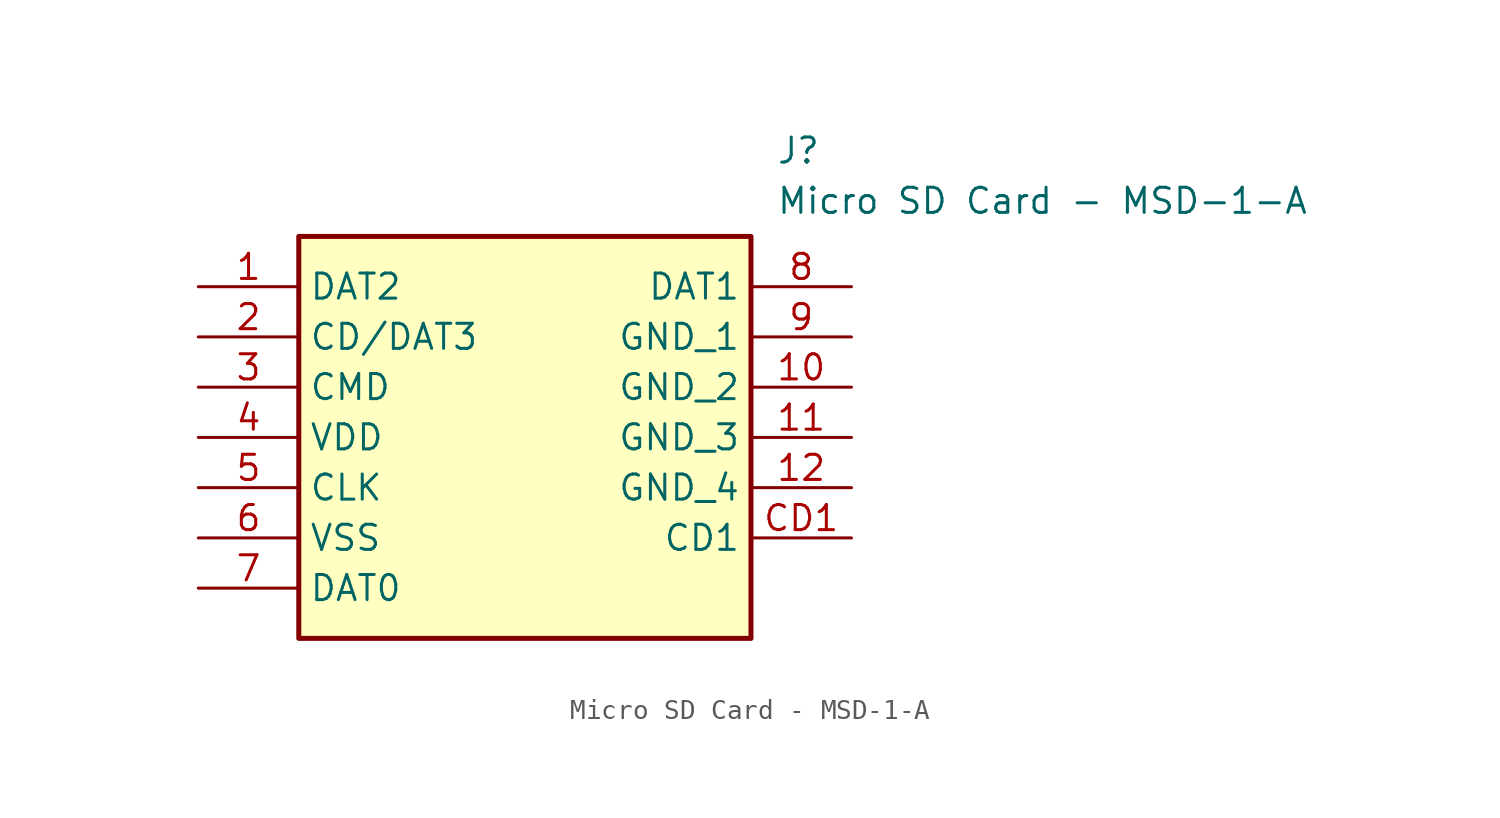
<source format=kicad_sym>
(kicad_symbol_lib
  (version 20241209)
  (generator "kicad_symbol_editor")
  (generator_version "9.0")
  (symbol "Micro SD Card - MSD-1-A"
    (property "Reference" "J"
      (at 29.21 7.62 0)
      (effects (font (size 1.27 1.27)) (justify left top)))
    (property "Value" "Micro SD Card - MSD-1-A"
      (at 29.21 5.08 0)
      (effects (font (size 1.27 1.27)) (justify left top)))
    (symbol "Micro SD Card - MSD-1-A_1_1"
      (rectangle (start 5.08 2.54) (end 27.94 -17.78) (stroke (width 0.254) (type default)) (fill (type background)))
      (pin passive line (at 0 0 0) (length 5.08) (name "DAT2" (effects (font (size 1.27 1.27)))) (number "1" (effects (font (size 1.27 1.27)))))
      (pin passive line (at 0 -2.54 0) (length 5.08) (name "CD/DAT3" (effects (font (size 1.27 1.27)))) (number "2" (effects (font (size 1.27 1.27)))))
      (pin passive line (at 0 -5.08 0) (length 5.08) (name "CMD" (effects (font (size 1.27 1.27)))) (number "3" (effects (font (size 1.27 1.27)))))
      (pin passive line (at 0 -7.62 0) (length 5.08) (name "VDD" (effects (font (size 1.27 1.27)))) (number "4" (effects (font (size 1.27 1.27)))))
      (pin passive line (at 0 -10.16 0) (length 5.08) (name "CLK" (effects (font (size 1.27 1.27)))) (number "5" (effects (font (size 1.27 1.27)))))
      (pin passive line (at 0 -12.7 0) (length 5.08) (name "VSS" (effects (font (size 1.27 1.27)))) (number "6" (effects (font (size 1.27 1.27)))))
      (pin passive line (at 0 -15.24 0) (length 5.08) (name "DAT0" (effects (font (size 1.27 1.27)))) (number "7" (effects (font (size 1.27 1.27)))))
      (pin passive line (at 33.02 0 180) (length 5.08) (name "DAT1" (effects (font (size 1.27 1.27)))) (number "8" (effects (font (size 1.27 1.27)))))
      (pin passive line (at 33.02 -2.54 180) (length 5.08) (name "GND_1" (effects (font (size 1.27 1.27)))) (number "9" (effects (font (size 1.27 1.27)))))
      (pin passive line (at 33.02 -5.08 180) (length 5.08) (name "GND_2" (effects (font (size 1.27 1.27)))) (number "10" (effects (font (size 1.27 1.27)))))
      (pin passive line (at 33.02 -7.62 180) (length 5.08) (name "GND_3" (effects (font (size 1.27 1.27)))) (number "11" (effects (font (size 1.27 1.27)))))
      (pin passive line (at 33.02 -10.16 180) (length 5.08) (name "GND_4" (effects (font (size 1.27 1.27)))) (number "12" (effects (font (size 1.27 1.27)))))
      (pin passive line (at 33.02 -12.7 180) (length 5.08) (name "CD1" (effects (font (size 1.27 1.27)))) (number "CD1" (effects (font (size 1.27 1.27))))))))
</source>
